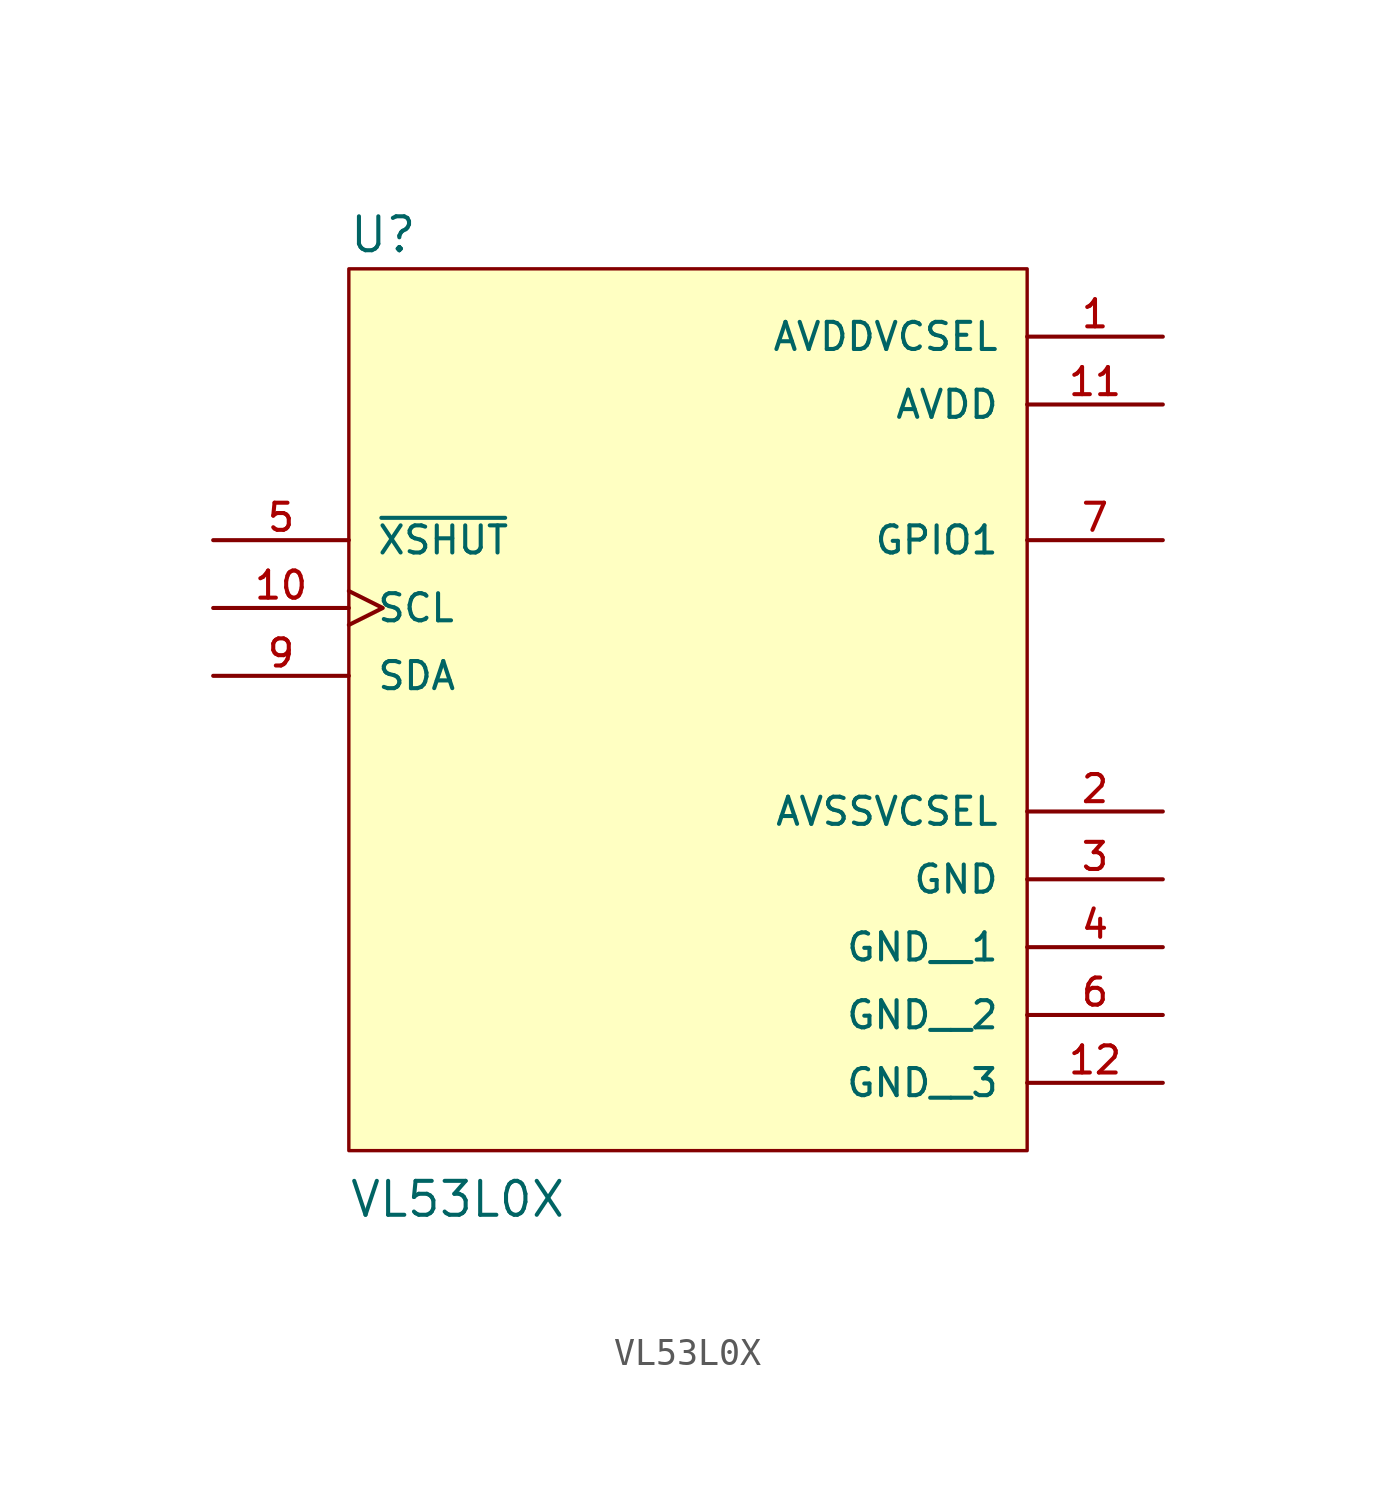
<source format=kicad_sym>
(kicad_symbol_lib
  (version 20211014)
  (generator kicad_symbol_editor)
  (symbol "VL53L0X"
    (pin_names
      (offset 1.016))
    (property "Reference" "U"
      (at -12.724 13.233 0)
      (effects (font (size 1.27 1.27)) (justify bottom left)))
    (property "Value" "VL53L0X"
      (at -12.72 -22.885 0)
      (effects (font (size 1.27 1.27)) (justify bottom left)))
    (symbol "VL53L0X_0_0"
      (rectangle (start -12.7 -20.32) (end 12.7 12.7) (stroke (width 0.127)) (fill (type background)))
      (pin power_in line (at 17.78 10.16 180.0) (length 5.08) (name "AVDDVCSEL" (effects (font (size 1.016 1.016)))) (number "1" (effects (font (size 1.016 1.016)))))
      (pin input line (at -17.78 2.54 0) (length 5.08) (name "~{XSHUT}" (effects (font (size 1.016 1.016)))) (number "5" (effects (font (size 1.016 1.016)))))
      (pin power_in line (at 17.78 -10.16 180.0) (length 5.08) (name "GND" (effects (font (size 1.016 1.016)))) (number "3" (effects (font (size 1.016 1.016)))))
      (pin output line (at 17.78 2.54 180.0) (length 5.08) (name "GPIO1" (effects (font (size 1.016 1.016)))) (number "7" (effects (font (size 1.016 1.016)))))
      (pin bidirectional line (at -17.78 -2.54 0) (length 5.08) (name "SDA" (effects (font (size 1.016 1.016)))) (number "9" (effects (font (size 1.016 1.016)))))
      (pin input clock (at -17.78 0.0 0) (length 5.08) (name "SCL" (effects (font (size 1.016 1.016)))) (number "10" (effects (font (size 1.016 1.016)))))
      (pin power_in line (at 17.78 7.62 180.0) (length 5.08) (name "AVDD" (effects (font (size 1.016 1.016)))) (number "11" (effects (font (size 1.016 1.016)))))
      (pin power_in line (at 17.78 -7.62 180.0) (length 5.08) (name "AVSSVCSEL" (effects (font (size 1.016 1.016)))) (number "2" (effects (font (size 1.016 1.016)))))
      (pin power_in line (at 17.78 -12.7 180.0) (length 5.08) (name "GND__1" (effects (font (size 1.016 1.016)))) (number "4" (effects (font (size 1.016 1.016)))))
      (pin power_in line (at 17.78 -15.24 180.0) (length 5.08) (name "GND__2" (effects (font (size 1.016 1.016)))) (number "6" (effects (font (size 1.016 1.016)))))
      (pin power_in line (at 17.78 -17.78 180.0) (length 5.08) (name "GND__3" (effects (font (size 1.016 1.016)))) (number "12" (effects (font (size 1.016 1.016))))))))
</source>
